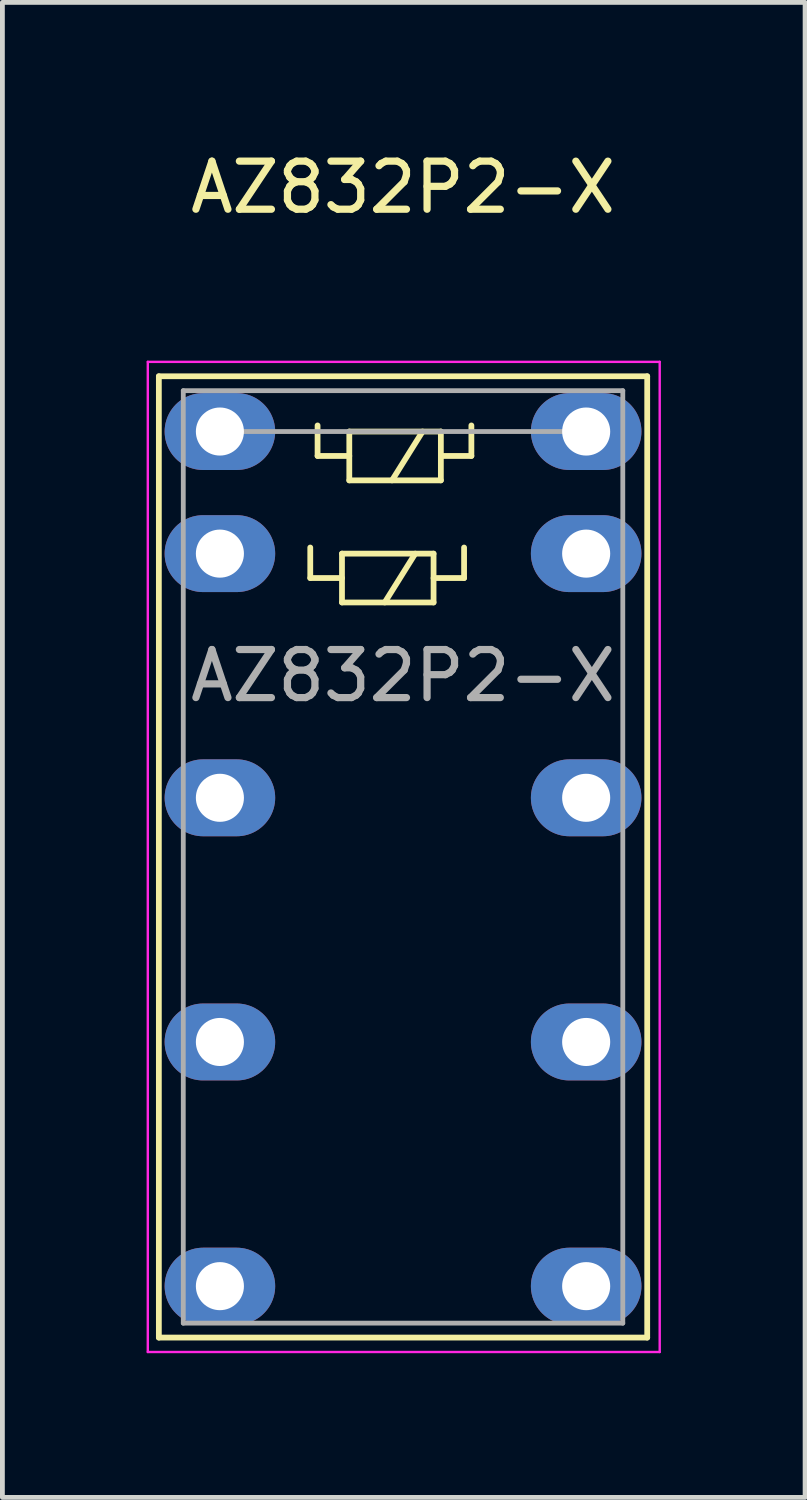
<source format=kicad_pcb>
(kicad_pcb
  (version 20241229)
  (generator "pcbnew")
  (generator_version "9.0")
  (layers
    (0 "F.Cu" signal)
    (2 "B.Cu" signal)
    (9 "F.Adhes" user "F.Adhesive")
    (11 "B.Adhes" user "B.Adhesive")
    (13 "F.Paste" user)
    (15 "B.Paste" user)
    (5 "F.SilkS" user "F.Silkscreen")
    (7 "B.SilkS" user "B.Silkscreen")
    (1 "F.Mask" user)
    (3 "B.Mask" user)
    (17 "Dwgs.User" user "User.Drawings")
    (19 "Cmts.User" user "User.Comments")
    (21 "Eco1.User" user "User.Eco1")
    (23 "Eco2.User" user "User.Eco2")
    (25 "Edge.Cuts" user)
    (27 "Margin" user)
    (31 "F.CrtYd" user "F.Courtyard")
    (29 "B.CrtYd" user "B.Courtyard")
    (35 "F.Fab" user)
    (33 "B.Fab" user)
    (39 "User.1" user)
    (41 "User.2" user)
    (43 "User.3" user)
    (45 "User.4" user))
  (footprint "AZ832P2-X"
    (layer "F.Cu")
    (at 1.525 5.928)
    (property "Reference" "AZ832P2-X" (at 3.81 -5.08 180) (layer "F.SilkS") (effects (font (size 1 1) (thickness 0.15))))
    (attr through_hole)
    (fp_line (start -1.27 -1.15) (end 8.89 -1.15) (stroke (width 0.12) (type solid)) (layer "F.SilkS"))
    (fp_line (start -1.27 18.85) (end -1.27 -1.15) (stroke (width 0.12) (type solid)) (layer "F.SilkS"))
    (fp_line (start 1.88 2.413) (end 1.88 3.048) (stroke (width 0.12) (type solid)) (layer "F.SilkS"))
    (fp_line (start 1.88 3.048) (end 2.54 3.048) (stroke (width 0.12) (type solid)) (layer "F.SilkS"))
    (fp_line (start 2.032 -0.127) (end 2.032 0.508) (stroke (width 0.12) (type solid)) (layer "F.SilkS"))
    (fp_line (start 2.032 0.508) (end 2.692 0.508) (stroke (width 0.12) (type solid)) (layer "F.SilkS"))
    (fp_line (start 2.54 2.54) (end 2.54 3.556) (stroke (width 0.12) (type solid)) (layer "F.SilkS"))
    (fp_line (start 2.54 3.556) (end 4.445 3.556) (stroke (width 0.12) (type solid)) (layer "F.SilkS"))
    (fp_line (start 2.692 0) (end 2.692 1.016) (stroke (width 0.12) (type solid)) (layer "F.SilkS"))
    (fp_line (start 2.692 1.016) (end 4.597 1.016) (stroke (width 0.12) (type solid)) (layer "F.SilkS"))
    (fp_line (start 4.064 2.54) (end 3.429 3.556) (stroke (width 0.12) (type solid)) (layer "F.SilkS"))
    (fp_line (start 4.216 0) (end 3.581 1.016) (stroke (width 0.12) (type solid)) (layer "F.SilkS"))
    (fp_line (start 4.445 2.54) (end 2.54 2.54) (stroke (width 0.12) (type solid)) (layer "F.SilkS"))
    (fp_line (start 4.445 2.54) (end 4.445 3.556) (stroke (width 0.12) (type solid)) (layer "F.SilkS"))
    (fp_line (start 4.597 0) (end 2.692 0) (stroke (width 0.12) (type solid)) (layer "F.SilkS"))
    (fp_line (start 4.597 0) (end 4.597 1.016) (stroke (width 0.12) (type solid)) (layer "F.SilkS"))
    (fp_line (start 5.08 2.413) (end 5.08 3.048) (stroke (width 0.12) (type solid)) (layer "F.SilkS"))
    (fp_line (start 5.08 3.048) (end 4.445 3.048) (stroke (width 0.12) (type solid)) (layer "F.SilkS"))
    (fp_line (start 5.232 -0.127) (end 5.232 0.508) (stroke (width 0.12) (type solid)) (layer "F.SilkS"))
    (fp_line (start 5.232 0.508) (end 4.597 0.508) (stroke (width 0.12) (type solid)) (layer "F.SilkS"))
    (fp_line (start 8.89 -1.15) (end 8.89 18.85) (stroke (width 0.12) (type solid)) (layer "F.SilkS"))
    (fp_line (start 8.89 18.85) (end -1.27 18.85) (stroke (width 0.12) (type solid)) (layer "F.SilkS"))
    (fp_line (start -1.5 -1.45) (end 9.15 -1.45) (stroke (width 0.05) (type solid)) (layer "F.CrtYd"))
    (fp_line (start -1.5 19.15) (end -1.5 -1.45) (stroke (width 0.05) (type solid)) (layer "F.CrtYd"))
    (fp_line (start 9.15 -1.45) (end 9.15 19.15) (stroke (width 0.05) (type solid)) (layer "F.CrtYd"))
    (fp_line (start 9.15 19.15) (end -1.5 19.15) (stroke (width 0.05) (type solid)) (layer "F.CrtYd"))
    (fp_line (start -0.762 -0.85) (end 8.382 -0.85) (stroke (width 0.1) (type solid)) (layer "F.Fab"))
    (fp_line (start -0.762 18.55) (end -0.762 -0.85) (stroke (width 0.1) (type solid)) (layer "F.Fab"))
    (fp_line (start 0 0) (end 7.62 0) (stroke (width 0.1) (type solid)) (layer "F.Fab"))
    (fp_line (start 8.382 -0.85) (end 8.382 18.55) (stroke (width 0.1) (type solid)) (layer "F.Fab"))
    (fp_line (start 8.382 18.55) (end -0.762 18.55) (stroke (width 0.1) (type solid)) (layer "F.Fab"))
    (fp_text user "${REFERENCE}" (at 3.81 5.08 180) (layer "F.Fab") (effects (font (size 1 1) (thickness 0.15))))
    (pad "1" thru_hole oval (at 7.62 0) (size 2.3 1.6) (drill 1) (layers "*.Cu" "*.Mask"))
    (pad "2" thru_hole oval (at 7.62 2.54) (size 2.3 1.6) (drill 1) (layers "*.Cu" "*.Mask"))
    (pad "4" thru_hole oval (at 7.62 7.62) (size 2.3 1.6) (drill 1) (layers "*.Cu" "*.Mask"))
    (pad "6" thru_hole oval (at 7.62 12.7) (size 2.3 1.6) (drill 1) (layers "*.Cu" "*.Mask"))
    (pad "8" thru_hole oval (at 7.62 17.78) (size 2.3 1.6) (drill 1) (layers "*.Cu" "*.Mask"))
    (pad "9" thru_hole oval (at 0 17.78) (size 2.3 1.6) (drill 1) (layers "*.Cu" "*.Mask"))
    (pad "11" thru_hole oval (at 0 12.7) (size 2.3 1.6) (drill 1) (layers "*.Cu" "*.Mask"))
    (pad "13" thru_hole oval (at 0 7.62) (size 2.3 1.6) (drill 1) (layers "*.Cu" "*.Mask"))
    (pad "15" thru_hole oval (at 0 2.54) (size 2.3 1.6) (drill 1) (layers "*.Cu" "*.Mask"))
    (pad "16" thru_hole oval (at 0 0) (size 2.3 1.6) (drill 1) (layers "*.Cu" "*.Mask")))
  (gr_rect
    (start -3 -3)
    (end 13.7 28.103)
    (stroke (width 0.1) (type default))
    (fill no)
    (layer "Edge.Cuts")))
</source>
